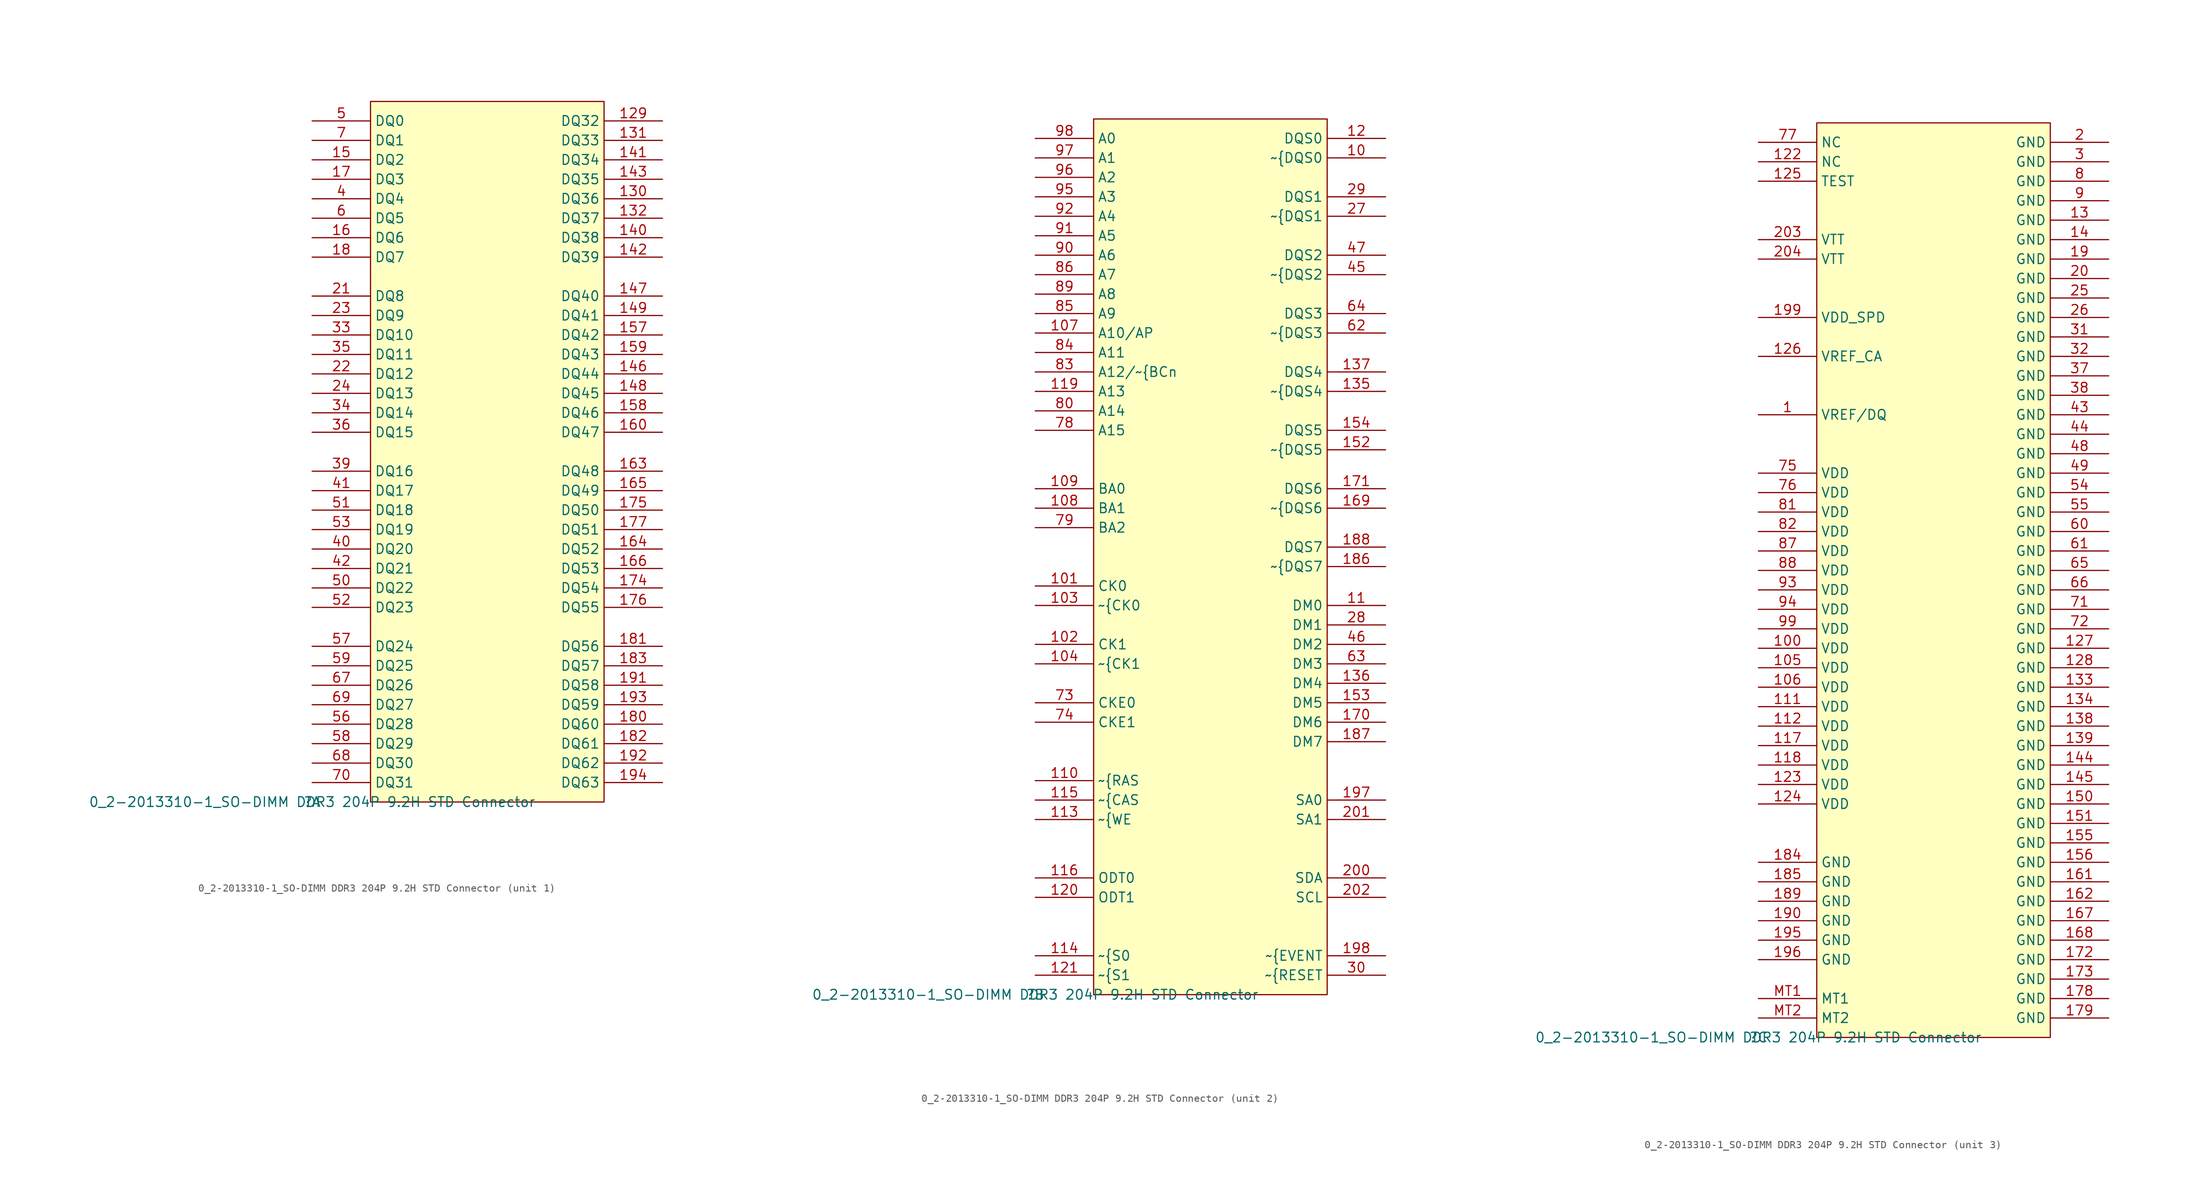
<source format=kicad_sym>
(kicad_symbol_lib
  (version 20211014)
  (generator kicad_symbol_editor)
  (symbol "0_2-2013310-1_SO-DIMM DDR3 204P 9.2H STD Connector"
    (property "Reference" ""
      (at 0 0 0)
      (effects (font (size 1.27 1.27))))
    (property "Value" "0_2-2013310-1_SO-DIMM DDR3 204P 9.2H STD Connector"
      (at 0 0 0)
      (effects (font (size 1.27 1.27))))
    (symbol "0_2-2013310-1_SO-DIMM DDR3 204P 9.2H STD Connector_1_0"
      (rectangle (start 38.1 91.44) (end 7.62 0) (stroke (width 0) (type default) (color 0 0 0 0)) (fill (type background)))
      (pin bidirectional line (at 45.72 88.9 180) (length 7.62) (name "DQ32" (effects (font (size 1.27 1.27)))) (number "129" (effects (font (size 1.27 1.27)))))
      (pin bidirectional line (at 45.72 78.74 180) (length 7.62) (name "DQ36" (effects (font (size 1.27 1.27)))) (number "130" (effects (font (size 1.27 1.27)))))
      (pin bidirectional line (at 45.72 86.36 180) (length 7.62) (name "DQ33" (effects (font (size 1.27 1.27)))) (number "131" (effects (font (size 1.27 1.27)))))
      (pin bidirectional line (at 45.72 76.2 180) (length 7.62) (name "DQ37" (effects (font (size 1.27 1.27)))) (number "132" (effects (font (size 1.27 1.27)))))
      (pin bidirectional line (at 45.72 73.66 180) (length 7.62) (name "DQ38" (effects (font (size 1.27 1.27)))) (number "140" (effects (font (size 1.27 1.27)))))
      (pin bidirectional line (at 45.72 83.82 180) (length 7.62) (name "DQ34" (effects (font (size 1.27 1.27)))) (number "141" (effects (font (size 1.27 1.27)))))
      (pin bidirectional line (at 45.72 71.12 180) (length 7.62) (name "DQ39" (effects (font (size 1.27 1.27)))) (number "142" (effects (font (size 1.27 1.27)))))
      (pin bidirectional line (at 45.72 81.28 180) (length 7.62) (name "DQ35" (effects (font (size 1.27 1.27)))) (number "143" (effects (font (size 1.27 1.27)))))
      (pin bidirectional line (at 45.72 55.88 180) (length 7.62) (name "DQ44" (effects (font (size 1.27 1.27)))) (number "146" (effects (font (size 1.27 1.27)))))
      (pin bidirectional line (at 45.72 66.04 180) (length 7.62) (name "DQ40" (effects (font (size 1.27 1.27)))) (number "147" (effects (font (size 1.27 1.27)))))
      (pin bidirectional line (at 45.72 53.34 180) (length 7.62) (name "DQ45" (effects (font (size 1.27 1.27)))) (number "148" (effects (font (size 1.27 1.27)))))
      (pin bidirectional line (at 45.72 63.5 180) (length 7.62) (name "DQ41" (effects (font (size 1.27 1.27)))) (number "149" (effects (font (size 1.27 1.27)))))
      (pin bidirectional line (at 0 83.82 0) (length 7.62) (name "DQ2" (effects (font (size 1.27 1.27)))) (number "15" (effects (font (size 1.27 1.27)))))
      (pin bidirectional line (at 45.72 60.96 180) (length 7.62) (name "DQ42" (effects (font (size 1.27 1.27)))) (number "157" (effects (font (size 1.27 1.27)))))
      (pin bidirectional line (at 45.72 50.8 180) (length 7.62) (name "DQ46" (effects (font (size 1.27 1.27)))) (number "158" (effects (font (size 1.27 1.27)))))
      (pin bidirectional line (at 45.72 58.42 180) (length 7.62) (name "DQ43" (effects (font (size 1.27 1.27)))) (number "159" (effects (font (size 1.27 1.27)))))
      (pin bidirectional line (at 0 73.66 0) (length 7.62) (name "DQ6" (effects (font (size 1.27 1.27)))) (number "16" (effects (font (size 1.27 1.27)))))
      (pin bidirectional line (at 45.72 48.26 180) (length 7.62) (name "DQ47" (effects (font (size 1.27 1.27)))) (number "160" (effects (font (size 1.27 1.27)))))
      (pin bidirectional line (at 45.72 43.18 180) (length 7.62) (name "DQ48" (effects (font (size 1.27 1.27)))) (number "163" (effects (font (size 1.27 1.27)))))
      (pin bidirectional line (at 45.72 33.02 180) (length 7.62) (name "DQ52" (effects (font (size 1.27 1.27)))) (number "164" (effects (font (size 1.27 1.27)))))
      (pin bidirectional line (at 45.72 40.64 180) (length 7.62) (name "DQ49" (effects (font (size 1.27 1.27)))) (number "165" (effects (font (size 1.27 1.27)))))
      (pin bidirectional line (at 45.72 30.48 180) (length 7.62) (name "DQ53" (effects (font (size 1.27 1.27)))) (number "166" (effects (font (size 1.27 1.27)))))
      (pin bidirectional line (at 0 81.28 0) (length 7.62) (name "DQ3" (effects (font (size 1.27 1.27)))) (number "17" (effects (font (size 1.27 1.27)))))
      (pin bidirectional line (at 45.72 27.94 180) (length 7.62) (name "DQ54" (effects (font (size 1.27 1.27)))) (number "174" (effects (font (size 1.27 1.27)))))
      (pin bidirectional line (at 45.72 38.1 180) (length 7.62) (name "DQ50" (effects (font (size 1.27 1.27)))) (number "175" (effects (font (size 1.27 1.27)))))
      (pin bidirectional line (at 45.72 25.4 180) (length 7.62) (name "DQ55" (effects (font (size 1.27 1.27)))) (number "176" (effects (font (size 1.27 1.27)))))
      (pin bidirectional line (at 45.72 35.56 180) (length 7.62) (name "DQ51" (effects (font (size 1.27 1.27)))) (number "177" (effects (font (size 1.27 1.27)))))
      (pin bidirectional line (at 0 71.12 0) (length 7.62) (name "DQ7" (effects (font (size 1.27 1.27)))) (number "18" (effects (font (size 1.27 1.27)))))
      (pin bidirectional line (at 45.72 10.16 180) (length 7.62) (name "DQ60" (effects (font (size 1.27 1.27)))) (number "180" (effects (font (size 1.27 1.27)))))
      (pin bidirectional line (at 45.72 20.32 180) (length 7.62) (name "DQ56" (effects (font (size 1.27 1.27)))) (number "181" (effects (font (size 1.27 1.27)))))
      (pin bidirectional line (at 45.72 7.62 180) (length 7.62) (name "DQ61" (effects (font (size 1.27 1.27)))) (number "182" (effects (font (size 1.27 1.27)))))
      (pin bidirectional line (at 45.72 17.78 180) (length 7.62) (name "DQ57" (effects (font (size 1.27 1.27)))) (number "183" (effects (font (size 1.27 1.27)))))
      (pin bidirectional line (at 45.72 15.24 180) (length 7.62) (name "DQ58" (effects (font (size 1.27 1.27)))) (number "191" (effects (font (size 1.27 1.27)))))
      (pin bidirectional line (at 45.72 5.08 180) (length 7.62) (name "DQ62" (effects (font (size 1.27 1.27)))) (number "192" (effects (font (size 1.27 1.27)))))
      (pin bidirectional line (at 45.72 12.7 180) (length 7.62) (name "DQ59" (effects (font (size 1.27 1.27)))) (number "193" (effects (font (size 1.27 1.27)))))
      (pin bidirectional line (at 45.72 2.54 180) (length 7.62) (name "DQ63" (effects (font (size 1.27 1.27)))) (number "194" (effects (font (size 1.27 1.27)))))
      (pin bidirectional line (at 0 66.04 0) (length 7.62) (name "DQ8" (effects (font (size 1.27 1.27)))) (number "21" (effects (font (size 1.27 1.27)))))
      (pin bidirectional line (at 0 55.88 0) (length 7.62) (name "DQ12" (effects (font (size 1.27 1.27)))) (number "22" (effects (font (size 1.27 1.27)))))
      (pin bidirectional line (at 0 63.5 0) (length 7.62) (name "DQ9" (effects (font (size 1.27 1.27)))) (number "23" (effects (font (size 1.27 1.27)))))
      (pin bidirectional line (at 0 53.34 0) (length 7.62) (name "DQ13" (effects (font (size 1.27 1.27)))) (number "24" (effects (font (size 1.27 1.27)))))
      (pin bidirectional line (at 0 60.96 0) (length 7.62) (name "DQ10" (effects (font (size 1.27 1.27)))) (number "33" (effects (font (size 1.27 1.27)))))
      (pin bidirectional line (at 0 50.8 0) (length 7.62) (name "DQ14" (effects (font (size 1.27 1.27)))) (number "34" (effects (font (size 1.27 1.27)))))
      (pin bidirectional line (at 0 58.42 0) (length 7.62) (name "DQ11" (effects (font (size 1.27 1.27)))) (number "35" (effects (font (size 1.27 1.27)))))
      (pin bidirectional line (at 0 48.26 0) (length 7.62) (name "DQ15" (effects (font (size 1.27 1.27)))) (number "36" (effects (font (size 1.27 1.27)))))
      (pin bidirectional line (at 0 43.18 0) (length 7.62) (name "DQ16" (effects (font (size 1.27 1.27)))) (number "39" (effects (font (size 1.27 1.27)))))
      (pin bidirectional line (at 0 78.74 0) (length 7.62) (name "DQ4" (effects (font (size 1.27 1.27)))) (number "4" (effects (font (size 1.27 1.27)))))
      (pin bidirectional line (at 0 33.02 0) (length 7.62) (name "DQ20" (effects (font (size 1.27 1.27)))) (number "40" (effects (font (size 1.27 1.27)))))
      (pin bidirectional line (at 0 40.64 0) (length 7.62) (name "DQ17" (effects (font (size 1.27 1.27)))) (number "41" (effects (font (size 1.27 1.27)))))
      (pin bidirectional line (at 0 30.48 0) (length 7.62) (name "DQ21" (effects (font (size 1.27 1.27)))) (number "42" (effects (font (size 1.27 1.27)))))
      (pin bidirectional line (at 0 88.9 0) (length 7.62) (name "DQ0" (effects (font (size 1.27 1.27)))) (number "5" (effects (font (size 1.27 1.27)))))
      (pin bidirectional line (at 0 27.94 0) (length 7.62) (name "DQ22" (effects (font (size 1.27 1.27)))) (number "50" (effects (font (size 1.27 1.27)))))
      (pin bidirectional line (at 0 38.1 0) (length 7.62) (name "DQ18" (effects (font (size 1.27 1.27)))) (number "51" (effects (font (size 1.27 1.27)))))
      (pin bidirectional line (at 0 25.4 0) (length 7.62) (name "DQ23" (effects (font (size 1.27 1.27)))) (number "52" (effects (font (size 1.27 1.27)))))
      (pin bidirectional line (at 0 35.56 0) (length 7.62) (name "DQ19" (effects (font (size 1.27 1.27)))) (number "53" (effects (font (size 1.27 1.27)))))
      (pin bidirectional line (at 0 10.16 0) (length 7.62) (name "DQ28" (effects (font (size 1.27 1.27)))) (number "56" (effects (font (size 1.27 1.27)))))
      (pin bidirectional line (at 0 20.32 0) (length 7.62) (name "DQ24" (effects (font (size 1.27 1.27)))) (number "57" (effects (font (size 1.27 1.27)))))
      (pin bidirectional line (at 0 7.62 0) (length 7.62) (name "DQ29" (effects (font (size 1.27 1.27)))) (number "58" (effects (font (size 1.27 1.27)))))
      (pin bidirectional line (at 0 17.78 0) (length 7.62) (name "DQ25" (effects (font (size 1.27 1.27)))) (number "59" (effects (font (size 1.27 1.27)))))
      (pin bidirectional line (at 0 76.2 0) (length 7.62) (name "DQ5" (effects (font (size 1.27 1.27)))) (number "6" (effects (font (size 1.27 1.27)))))
      (pin bidirectional line (at 0 15.24 0) (length 7.62) (name "DQ26" (effects (font (size 1.27 1.27)))) (number "67" (effects (font (size 1.27 1.27)))))
      (pin bidirectional line (at 0 5.08 0) (length 7.62) (name "DQ30" (effects (font (size 1.27 1.27)))) (number "68" (effects (font (size 1.27 1.27)))))
      (pin bidirectional line (at 0 12.7 0) (length 7.62) (name "DQ27" (effects (font (size 1.27 1.27)))) (number "69" (effects (font (size 1.27 1.27)))))
      (pin bidirectional line (at 0 86.36 0) (length 7.62) (name "DQ1" (effects (font (size 1.27 1.27)))) (number "7" (effects (font (size 1.27 1.27)))))
      (pin bidirectional line (at 0 2.54 0) (length 7.62) (name "DQ31" (effects (font (size 1.27 1.27)))) (number "70" (effects (font (size 1.27 1.27))))))
    (symbol "0_2-2013310-1_SO-DIMM DDR3 204P 9.2H STD Connector_2_0"
      (rectangle (start 38.1 114.3) (end 7.62 0) (stroke (width 0) (type default) (color 0 0 0 0)) (fill (type background)))
      (pin input line (at 45.72 109.22 180) (length 7.62) (name "~{DQS0" (effects (font (size 1.27 1.27)))) (number "10" (effects (font (size 1.27 1.27)))))
      (pin input line (at 0 53.34 0) (length 7.62) (name "CK0" (effects (font (size 1.27 1.27)))) (number "101" (effects (font (size 1.27 1.27)))))
      (pin input line (at 0 45.72 0) (length 7.62) (name "CK1" (effects (font (size 1.27 1.27)))) (number "102" (effects (font (size 1.27 1.27)))))
      (pin input line (at 0 50.8 0) (length 7.62) (name "~{CK0" (effects (font (size 1.27 1.27)))) (number "103" (effects (font (size 1.27 1.27)))))
      (pin input line (at 0 43.18 0) (length 7.62) (name "~{CK1" (effects (font (size 1.27 1.27)))) (number "104" (effects (font (size 1.27 1.27)))))
      (pin input line (at 0 86.36 0) (length 7.62) (name "A10/AP" (effects (font (size 1.27 1.27)))) (number "107" (effects (font (size 1.27 1.27)))))
      (pin input line (at 0 63.5 0) (length 7.62) (name "BA1" (effects (font (size 1.27 1.27)))) (number "108" (effects (font (size 1.27 1.27)))))
      (pin input line (at 0 66.04 0) (length 7.62) (name "BA0" (effects (font (size 1.27 1.27)))) (number "109" (effects (font (size 1.27 1.27)))))
      (pin input line (at 45.72 50.8 180) (length 7.62) (name "DM0" (effects (font (size 1.27 1.27)))) (number "11" (effects (font (size 1.27 1.27)))))
      (pin input line (at 0 27.94 0) (length 7.62) (name "~{RAS" (effects (font (size 1.27 1.27)))) (number "110" (effects (font (size 1.27 1.27)))))
      (pin input line (at 0 22.86 0) (length 7.62) (name "~{WE" (effects (font (size 1.27 1.27)))) (number "113" (effects (font (size 1.27 1.27)))))
      (pin input line (at 0 5.08 0) (length 7.62) (name "~{S0" (effects (font (size 1.27 1.27)))) (number "114" (effects (font (size 1.27 1.27)))))
      (pin input line (at 0 25.4 0) (length 7.62) (name "~{CAS" (effects (font (size 1.27 1.27)))) (number "115" (effects (font (size 1.27 1.27)))))
      (pin input line (at 0 15.24 0) (length 7.62) (name "ODT0" (effects (font (size 1.27 1.27)))) (number "116" (effects (font (size 1.27 1.27)))))
      (pin input line (at 0 78.74 0) (length 7.62) (name "A13" (effects (font (size 1.27 1.27)))) (number "119" (effects (font (size 1.27 1.27)))))
      (pin input line (at 45.72 111.76 180) (length 7.62) (name "DQS0" (effects (font (size 1.27 1.27)))) (number "12" (effects (font (size 1.27 1.27)))))
      (pin input line (at 0 12.7 0) (length 7.62) (name "ODT1" (effects (font (size 1.27 1.27)))) (number "120" (effects (font (size 1.27 1.27)))))
      (pin input line (at 0 2.54 0) (length 7.62) (name "~{S1" (effects (font (size 1.27 1.27)))) (number "121" (effects (font (size 1.27 1.27)))))
      (pin input line (at 45.72 78.74 180) (length 7.62) (name "~{DQS4" (effects (font (size 1.27 1.27)))) (number "135" (effects (font (size 1.27 1.27)))))
      (pin input line (at 45.72 40.64 180) (length 7.62) (name "DM4" (effects (font (size 1.27 1.27)))) (number "136" (effects (font (size 1.27 1.27)))))
      (pin input line (at 45.72 81.28 180) (length 7.62) (name "DQS4" (effects (font (size 1.27 1.27)))) (number "137" (effects (font (size 1.27 1.27)))))
      (pin input line (at 45.72 71.12 180) (length 7.62) (name "~{DQS5" (effects (font (size 1.27 1.27)))) (number "152" (effects (font (size 1.27 1.27)))))
      (pin input line (at 45.72 38.1 180) (length 7.62) (name "DM5" (effects (font (size 1.27 1.27)))) (number "153" (effects (font (size 1.27 1.27)))))
      (pin input line (at 45.72 73.66 180) (length 7.62) (name "DQS5" (effects (font (size 1.27 1.27)))) (number "154" (effects (font (size 1.27 1.27)))))
      (pin input line (at 45.72 63.5 180) (length 7.62) (name "~{DQS6" (effects (font (size 1.27 1.27)))) (number "169" (effects (font (size 1.27 1.27)))))
      (pin input line (at 45.72 35.56 180) (length 7.62) (name "DM6" (effects (font (size 1.27 1.27)))) (number "170" (effects (font (size 1.27 1.27)))))
      (pin input line (at 45.72 66.04 180) (length 7.62) (name "DQS6" (effects (font (size 1.27 1.27)))) (number "171" (effects (font (size 1.27 1.27)))))
      (pin input line (at 45.72 55.88 180) (length 7.62) (name "~{DQS7" (effects (font (size 1.27 1.27)))) (number "186" (effects (font (size 1.27 1.27)))))
      (pin input line (at 45.72 33.02 180) (length 7.62) (name "DM7" (effects (font (size 1.27 1.27)))) (number "187" (effects (font (size 1.27 1.27)))))
      (pin input line (at 45.72 58.42 180) (length 7.62) (name "DQS7" (effects (font (size 1.27 1.27)))) (number "188" (effects (font (size 1.27 1.27)))))
      (pin input line (at 45.72 25.4 180) (length 7.62) (name "SA0" (effects (font (size 1.27 1.27)))) (number "197" (effects (font (size 1.27 1.27)))))
      (pin input line (at 45.72 5.08 180) (length 7.62) (name "~{EVENT" (effects (font (size 1.27 1.27)))) (number "198" (effects (font (size 1.27 1.27)))))
      (pin bidirectional line (at 45.72 15.24 180) (length 7.62) (name "SDA" (effects (font (size 1.27 1.27)))) (number "200" (effects (font (size 1.27 1.27)))))
      (pin input line (at 45.72 22.86 180) (length 7.62) (name "SA1" (effects (font (size 1.27 1.27)))) (number "201" (effects (font (size 1.27 1.27)))))
      (pin input line (at 45.72 12.7 180) (length 7.62) (name "SCL" (effects (font (size 1.27 1.27)))) (number "202" (effects (font (size 1.27 1.27)))))
      (pin input line (at 45.72 101.6 180) (length 7.62) (name "~{DQS1" (effects (font (size 1.27 1.27)))) (number "27" (effects (font (size 1.27 1.27)))))
      (pin input line (at 45.72 48.26 180) (length 7.62) (name "DM1" (effects (font (size 1.27 1.27)))) (number "28" (effects (font (size 1.27 1.27)))))
      (pin input line (at 45.72 104.14 180) (length 7.62) (name "DQS1" (effects (font (size 1.27 1.27)))) (number "29" (effects (font (size 1.27 1.27)))))
      (pin input line (at 45.72 2.54 180) (length 7.62) (name "~{RESET" (effects (font (size 1.27 1.27)))) (number "30" (effects (font (size 1.27 1.27)))))
      (pin input line (at 45.72 93.98 180) (length 7.62) (name "~{DQS2" (effects (font (size 1.27 1.27)))) (number "45" (effects (font (size 1.27 1.27)))))
      (pin input line (at 45.72 45.72 180) (length 7.62) (name "DM2" (effects (font (size 1.27 1.27)))) (number "46" (effects (font (size 1.27 1.27)))))
      (pin input line (at 45.72 96.52 180) (length 7.62) (name "DQS2" (effects (font (size 1.27 1.27)))) (number "47" (effects (font (size 1.27 1.27)))))
      (pin input line (at 45.72 86.36 180) (length 7.62) (name "~{DQS3" (effects (font (size 1.27 1.27)))) (number "62" (effects (font (size 1.27 1.27)))))
      (pin input line (at 45.72 43.18 180) (length 7.62) (name "DM3" (effects (font (size 1.27 1.27)))) (number "63" (effects (font (size 1.27 1.27)))))
      (pin input line (at 45.72 88.9 180) (length 7.62) (name "DQS3" (effects (font (size 1.27 1.27)))) (number "64" (effects (font (size 1.27 1.27)))))
      (pin input line (at 0 38.1 0) (length 7.62) (name "CKE0" (effects (font (size 1.27 1.27)))) (number "73" (effects (font (size 1.27 1.27)))))
      (pin input line (at 0 35.56 0) (length 7.62) (name "CKE1" (effects (font (size 1.27 1.27)))) (number "74" (effects (font (size 1.27 1.27)))))
      (pin input line (at 0 73.66 0) (length 7.62) (name "A15" (effects (font (size 1.27 1.27)))) (number "78" (effects (font (size 1.27 1.27)))))
      (pin input line (at 0 60.96 0) (length 7.62) (name "BA2" (effects (font (size 1.27 1.27)))) (number "79" (effects (font (size 1.27 1.27)))))
      (pin input line (at 0 76.2 0) (length 7.62) (name "A14" (effects (font (size 1.27 1.27)))) (number "80" (effects (font (size 1.27 1.27)))))
      (pin input line (at 0 81.28 0) (length 7.62) (name "A12/~{BCn" (effects (font (size 1.27 1.27)))) (number "83" (effects (font (size 1.27 1.27)))))
      (pin input line (at 0 83.82 0) (length 7.62) (name "A11" (effects (font (size 1.27 1.27)))) (number "84" (effects (font (size 1.27 1.27)))))
      (pin input line (at 0 88.9 0) (length 7.62) (name "A9" (effects (font (size 1.27 1.27)))) (number "85" (effects (font (size 1.27 1.27)))))
      (pin input line (at 0 93.98 0) (length 7.62) (name "A7" (effects (font (size 1.27 1.27)))) (number "86" (effects (font (size 1.27 1.27)))))
      (pin input line (at 0 91.44 0) (length 7.62) (name "A8" (effects (font (size 1.27 1.27)))) (number "89" (effects (font (size 1.27 1.27)))))
      (pin input line (at 0 96.52 0) (length 7.62) (name "A6" (effects (font (size 1.27 1.27)))) (number "90" (effects (font (size 1.27 1.27)))))
      (pin input line (at 0 99.06 0) (length 7.62) (name "A5" (effects (font (size 1.27 1.27)))) (number "91" (effects (font (size 1.27 1.27)))))
      (pin input line (at 0 101.6 0) (length 7.62) (name "A4" (effects (font (size 1.27 1.27)))) (number "92" (effects (font (size 1.27 1.27)))))
      (pin input line (at 0 104.14 0) (length 7.62) (name "A3" (effects (font (size 1.27 1.27)))) (number "95" (effects (font (size 1.27 1.27)))))
      (pin input line (at 0 106.68 0) (length 7.62) (name "A2" (effects (font (size 1.27 1.27)))) (number "96" (effects (font (size 1.27 1.27)))))
      (pin input line (at 0 109.22 0) (length 7.62) (name "A1" (effects (font (size 1.27 1.27)))) (number "97" (effects (font (size 1.27 1.27)))))
      (pin input line (at 0 111.76 0) (length 7.62) (name "A0" (effects (font (size 1.27 1.27)))) (number "98" (effects (font (size 1.27 1.27))))))
    (symbol "0_2-2013310-1_SO-DIMM DDR3 204P 9.2H STD Connector_3_0"
      (rectangle (start 38.1 119.38) (end 7.62 0) (stroke (width 0) (type default) (color 0 0 0 0)) (fill (type background)))
      (pin power_in line (at 0 81.28 0) (length 7.62) (name "VREF/DQ" (effects (font (size 1.27 1.27)))) (number "1" (effects (font (size 1.27 1.27)))))
      (pin power_in line (at 0 50.8 0) (length 7.62) (name "VDD" (effects (font (size 1.27 1.27)))) (number "100" (effects (font (size 1.27 1.27)))))
      (pin power_in line (at 0 48.26 0) (length 7.62) (name "VDD" (effects (font (size 1.27 1.27)))) (number "105" (effects (font (size 1.27 1.27)))))
      (pin power_in line (at 0 45.72 0) (length 7.62) (name "VDD" (effects (font (size 1.27 1.27)))) (number "106" (effects (font (size 1.27 1.27)))))
      (pin power_in line (at 0 43.18 0) (length 7.62) (name "VDD" (effects (font (size 1.27 1.27)))) (number "111" (effects (font (size 1.27 1.27)))))
      (pin power_in line (at 0 40.64 0) (length 7.62) (name "VDD" (effects (font (size 1.27 1.27)))) (number "112" (effects (font (size 1.27 1.27)))))
      (pin power_in line (at 0 38.1 0) (length 7.62) (name "VDD" (effects (font (size 1.27 1.27)))) (number "117" (effects (font (size 1.27 1.27)))))
      (pin power_in line (at 0 35.56 0) (length 7.62) (name "VDD" (effects (font (size 1.27 1.27)))) (number "118" (effects (font (size 1.27 1.27)))))
      (pin passive line (at 0 114.3 0) (length 7.62) (name "NC" (effects (font (size 1.27 1.27)))) (number "122" (effects (font (size 1.27 1.27)))))
      (pin power_in line (at 0 33.02 0) (length 7.62) (name "VDD" (effects (font (size 1.27 1.27)))) (number "123" (effects (font (size 1.27 1.27)))))
      (pin power_in line (at 0 30.48 0) (length 7.62) (name "VDD" (effects (font (size 1.27 1.27)))) (number "124" (effects (font (size 1.27 1.27)))))
      (pin input line (at 0 111.76 0) (length 7.62) (name "TEST" (effects (font (size 1.27 1.27)))) (number "125" (effects (font (size 1.27 1.27)))))
      (pin power_in line (at 0 88.9 0) (length 7.62) (name "VREF_CA" (effects (font (size 1.27 1.27)))) (number "126" (effects (font (size 1.27 1.27)))))
      (pin power_in line (at 45.72 50.8 180) (length 7.62) (name "GND" (effects (font (size 1.27 1.27)))) (number "127" (effects (font (size 1.27 1.27)))))
      (pin power_in line (at 45.72 48.26 180) (length 7.62) (name "GND" (effects (font (size 1.27 1.27)))) (number "128" (effects (font (size 1.27 1.27)))))
      (pin power_in line (at 45.72 106.68 180) (length 7.62) (name "GND" (effects (font (size 1.27 1.27)))) (number "13" (effects (font (size 1.27 1.27)))))
      (pin power_in line (at 45.72 45.72 180) (length 7.62) (name "GND" (effects (font (size 1.27 1.27)))) (number "133" (effects (font (size 1.27 1.27)))))
      (pin power_in line (at 45.72 43.18 180) (length 7.62) (name "GND" (effects (font (size 1.27 1.27)))) (number "134" (effects (font (size 1.27 1.27)))))
      (pin power_in line (at 45.72 40.64 180) (length 7.62) (name "GND" (effects (font (size 1.27 1.27)))) (number "138" (effects (font (size 1.27 1.27)))))
      (pin power_in line (at 45.72 38.1 180) (length 7.62) (name "GND" (effects (font (size 1.27 1.27)))) (number "139" (effects (font (size 1.27 1.27)))))
      (pin power_in line (at 45.72 104.14 180) (length 7.62) (name "GND" (effects (font (size 1.27 1.27)))) (number "14" (effects (font (size 1.27 1.27)))))
      (pin power_in line (at 45.72 35.56 180) (length 7.62) (name "GND" (effects (font (size 1.27 1.27)))) (number "144" (effects (font (size 1.27 1.27)))))
      (pin power_in line (at 45.72 33.02 180) (length 7.62) (name "GND" (effects (font (size 1.27 1.27)))) (number "145" (effects (font (size 1.27 1.27)))))
      (pin power_in line (at 45.72 30.48 180) (length 7.62) (name "GND" (effects (font (size 1.27 1.27)))) (number "150" (effects (font (size 1.27 1.27)))))
      (pin power_in line (at 45.72 27.94 180) (length 7.62) (name "GND" (effects (font (size 1.27 1.27)))) (number "151" (effects (font (size 1.27 1.27)))))
      (pin power_in line (at 45.72 25.4 180) (length 7.62) (name "GND" (effects (font (size 1.27 1.27)))) (number "155" (effects (font (size 1.27 1.27)))))
      (pin power_in line (at 45.72 22.86 180) (length 7.62) (name "GND" (effects (font (size 1.27 1.27)))) (number "156" (effects (font (size 1.27 1.27)))))
      (pin power_in line (at 45.72 20.32 180) (length 7.62) (name "GND" (effects (font (size 1.27 1.27)))) (number "161" (effects (font (size 1.27 1.27)))))
      (pin power_in line (at 45.72 17.78 180) (length 7.62) (name "GND" (effects (font (size 1.27 1.27)))) (number "162" (effects (font (size 1.27 1.27)))))
      (pin power_in line (at 45.72 15.24 180) (length 7.62) (name "GND" (effects (font (size 1.27 1.27)))) (number "167" (effects (font (size 1.27 1.27)))))
      (pin power_in line (at 45.72 12.7 180) (length 7.62) (name "GND" (effects (font (size 1.27 1.27)))) (number "168" (effects (font (size 1.27 1.27)))))
      (pin power_in line (at 45.72 10.16 180) (length 7.62) (name "GND" (effects (font (size 1.27 1.27)))) (number "172" (effects (font (size 1.27 1.27)))))
      (pin power_in line (at 45.72 7.62 180) (length 7.62) (name "GND" (effects (font (size 1.27 1.27)))) (number "173" (effects (font (size 1.27 1.27)))))
      (pin power_in line (at 45.72 5.08 180) (length 7.62) (name "GND" (effects (font (size 1.27 1.27)))) (number "178" (effects (font (size 1.27 1.27)))))
      (pin power_in line (at 45.72 2.54 180) (length 7.62) (name "GND" (effects (font (size 1.27 1.27)))) (number "179" (effects (font (size 1.27 1.27)))))
      (pin power_in line (at 0 22.86 0) (length 7.62) (name "GND" (effects (font (size 1.27 1.27)))) (number "184" (effects (font (size 1.27 1.27)))))
      (pin power_in line (at 0 20.32 0) (length 7.62) (name "GND" (effects (font (size 1.27 1.27)))) (number "185" (effects (font (size 1.27 1.27)))))
      (pin power_in line (at 0 17.78 0) (length 7.62) (name "GND" (effects (font (size 1.27 1.27)))) (number "189" (effects (font (size 1.27 1.27)))))
      (pin power_in line (at 45.72 101.6 180) (length 7.62) (name "GND" (effects (font (size 1.27 1.27)))) (number "19" (effects (font (size 1.27 1.27)))))
      (pin power_in line (at 0 15.24 0) (length 7.62) (name "GND" (effects (font (size 1.27 1.27)))) (number "190" (effects (font (size 1.27 1.27)))))
      (pin power_in line (at 0 12.7 0) (length 7.62) (name "GND" (effects (font (size 1.27 1.27)))) (number "195" (effects (font (size 1.27 1.27)))))
      (pin power_in line (at 0 10.16 0) (length 7.62) (name "GND" (effects (font (size 1.27 1.27)))) (number "196" (effects (font (size 1.27 1.27)))))
      (pin power_in line (at 0 93.98 0) (length 7.62) (name "VDD_SPD" (effects (font (size 1.27 1.27)))) (number "199" (effects (font (size 1.27 1.27)))))
      (pin power_in line (at 45.72 116.84 180) (length 7.62) (name "GND" (effects (font (size 1.27 1.27)))) (number "2" (effects (font (size 1.27 1.27)))))
      (pin power_in line (at 45.72 99.06 180) (length 7.62) (name "GND" (effects (font (size 1.27 1.27)))) (number "20" (effects (font (size 1.27 1.27)))))
      (pin power_in line (at 0 104.14 0) (length 7.62) (name "VTT" (effects (font (size 1.27 1.27)))) (number "203" (effects (font (size 1.27 1.27)))))
      (pin power_in line (at 0 101.6 0) (length 7.62) (name "VTT" (effects (font (size 1.27 1.27)))) (number "204" (effects (font (size 1.27 1.27)))))
      (pin power_in line (at 45.72 96.52 180) (length 7.62) (name "GND" (effects (font (size 1.27 1.27)))) (number "25" (effects (font (size 1.27 1.27)))))
      (pin power_in line (at 45.72 93.98 180) (length 7.62) (name "GND" (effects (font (size 1.27 1.27)))) (number "26" (effects (font (size 1.27 1.27)))))
      (pin power_in line (at 45.72 114.3 180) (length 7.62) (name "GND" (effects (font (size 1.27 1.27)))) (number "3" (effects (font (size 1.27 1.27)))))
      (pin power_in line (at 45.72 91.44 180) (length 7.62) (name "GND" (effects (font (size 1.27 1.27)))) (number "31" (effects (font (size 1.27 1.27)))))
      (pin power_in line (at 45.72 88.9 180) (length 7.62) (name "GND" (effects (font (size 1.27 1.27)))) (number "32" (effects (font (size 1.27 1.27)))))
      (pin power_in line (at 45.72 86.36 180) (length 7.62) (name "GND" (effects (font (size 1.27 1.27)))) (number "37" (effects (font (size 1.27 1.27)))))
      (pin power_in line (at 45.72 83.82 180) (length 7.62) (name "GND" (effects (font (size 1.27 1.27)))) (number "38" (effects (font (size 1.27 1.27)))))
      (pin power_in line (at 45.72 81.28 180) (length 7.62) (name "GND" (effects (font (size 1.27 1.27)))) (number "43" (effects (font (size 1.27 1.27)))))
      (pin power_in line (at 45.72 78.74 180) (length 7.62) (name "GND" (effects (font (size 1.27 1.27)))) (number "44" (effects (font (size 1.27 1.27)))))
      (pin power_in line (at 45.72 76.2 180) (length 7.62) (name "GND" (effects (font (size 1.27 1.27)))) (number "48" (effects (font (size 1.27 1.27)))))
      (pin power_in line (at 45.72 73.66 180) (length 7.62) (name "GND" (effects (font (size 1.27 1.27)))) (number "49" (effects (font (size 1.27 1.27)))))
      (pin power_in line (at 45.72 71.12 180) (length 7.62) (name "GND" (effects (font (size 1.27 1.27)))) (number "54" (effects (font (size 1.27 1.27)))))
      (pin power_in line (at 45.72 68.58 180) (length 7.62) (name "GND" (effects (font (size 1.27 1.27)))) (number "55" (effects (font (size 1.27 1.27)))))
      (pin power_in line (at 45.72 66.04 180) (length 7.62) (name "GND" (effects (font (size 1.27 1.27)))) (number "60" (effects (font (size 1.27 1.27)))))
      (pin power_in line (at 45.72 63.5 180) (length 7.62) (name "GND" (effects (font (size 1.27 1.27)))) (number "61" (effects (font (size 1.27 1.27)))))
      (pin power_in line (at 45.72 60.96 180) (length 7.62) (name "GND" (effects (font (size 1.27 1.27)))) (number "65" (effects (font (size 1.27 1.27)))))
      (pin power_in line (at 45.72 58.42 180) (length 7.62) (name "GND" (effects (font (size 1.27 1.27)))) (number "66" (effects (font (size 1.27 1.27)))))
      (pin power_in line (at 45.72 55.88 180) (length 7.62) (name "GND" (effects (font (size 1.27 1.27)))) (number "71" (effects (font (size 1.27 1.27)))))
      (pin power_in line (at 45.72 53.34 180) (length 7.62) (name "GND" (effects (font (size 1.27 1.27)))) (number "72" (effects (font (size 1.27 1.27)))))
      (pin power_in line (at 0 73.66 0) (length 7.62) (name "VDD" (effects (font (size 1.27 1.27)))) (number "75" (effects (font (size 1.27 1.27)))))
      (pin power_in line (at 0 71.12 0) (length 7.62) (name "VDD" (effects (font (size 1.27 1.27)))) (number "76" (effects (font (size 1.27 1.27)))))
      (pin passive line (at 0 116.84 0) (length 7.62) (name "NC" (effects (font (size 1.27 1.27)))) (number "77" (effects (font (size 1.27 1.27)))))
      (pin power_in line (at 45.72 111.76 180) (length 7.62) (name "GND" (effects (font (size 1.27 1.27)))) (number "8" (effects (font (size 1.27 1.27)))))
      (pin power_in line (at 0 68.58 0) (length 7.62) (name "VDD" (effects (font (size 1.27 1.27)))) (number "81" (effects (font (size 1.27 1.27)))))
      (pin power_in line (at 0 66.04 0) (length 7.62) (name "VDD" (effects (font (size 1.27 1.27)))) (number "82" (effects (font (size 1.27 1.27)))))
      (pin power_in line (at 0 63.5 0) (length 7.62) (name "VDD" (effects (font (size 1.27 1.27)))) (number "87" (effects (font (size 1.27 1.27)))))
      (pin power_in line (at 0 60.96 0) (length 7.62) (name "VDD" (effects (font (size 1.27 1.27)))) (number "88" (effects (font (size 1.27 1.27)))))
      (pin power_in line (at 45.72 109.22 180) (length 7.62) (name "GND" (effects (font (size 1.27 1.27)))) (number "9" (effects (font (size 1.27 1.27)))))
      (pin power_in line (at 0 58.42 0) (length 7.62) (name "VDD" (effects (font (size 1.27 1.27)))) (number "93" (effects (font (size 1.27 1.27)))))
      (pin power_in line (at 0 55.88 0) (length 7.62) (name "VDD" (effects (font (size 1.27 1.27)))) (number "94" (effects (font (size 1.27 1.27)))))
      (pin power_in line (at 0 53.34 0) (length 7.62) (name "VDD" (effects (font (size 1.27 1.27)))) (number "99" (effects (font (size 1.27 1.27)))))
      (pin power_in line (at 0 5.08 0) (length 7.62) (name "MT1" (effects (font (size 1.27 1.27)))) (number "MT1" (effects (font (size 1.27 1.27)))))
      (pin power_in line (at 0 2.54 0) (length 7.62) (name "MT2" (effects (font (size 1.27 1.27)))) (number "MT2" (effects (font (size 1.27 1.27))))))))
</source>
